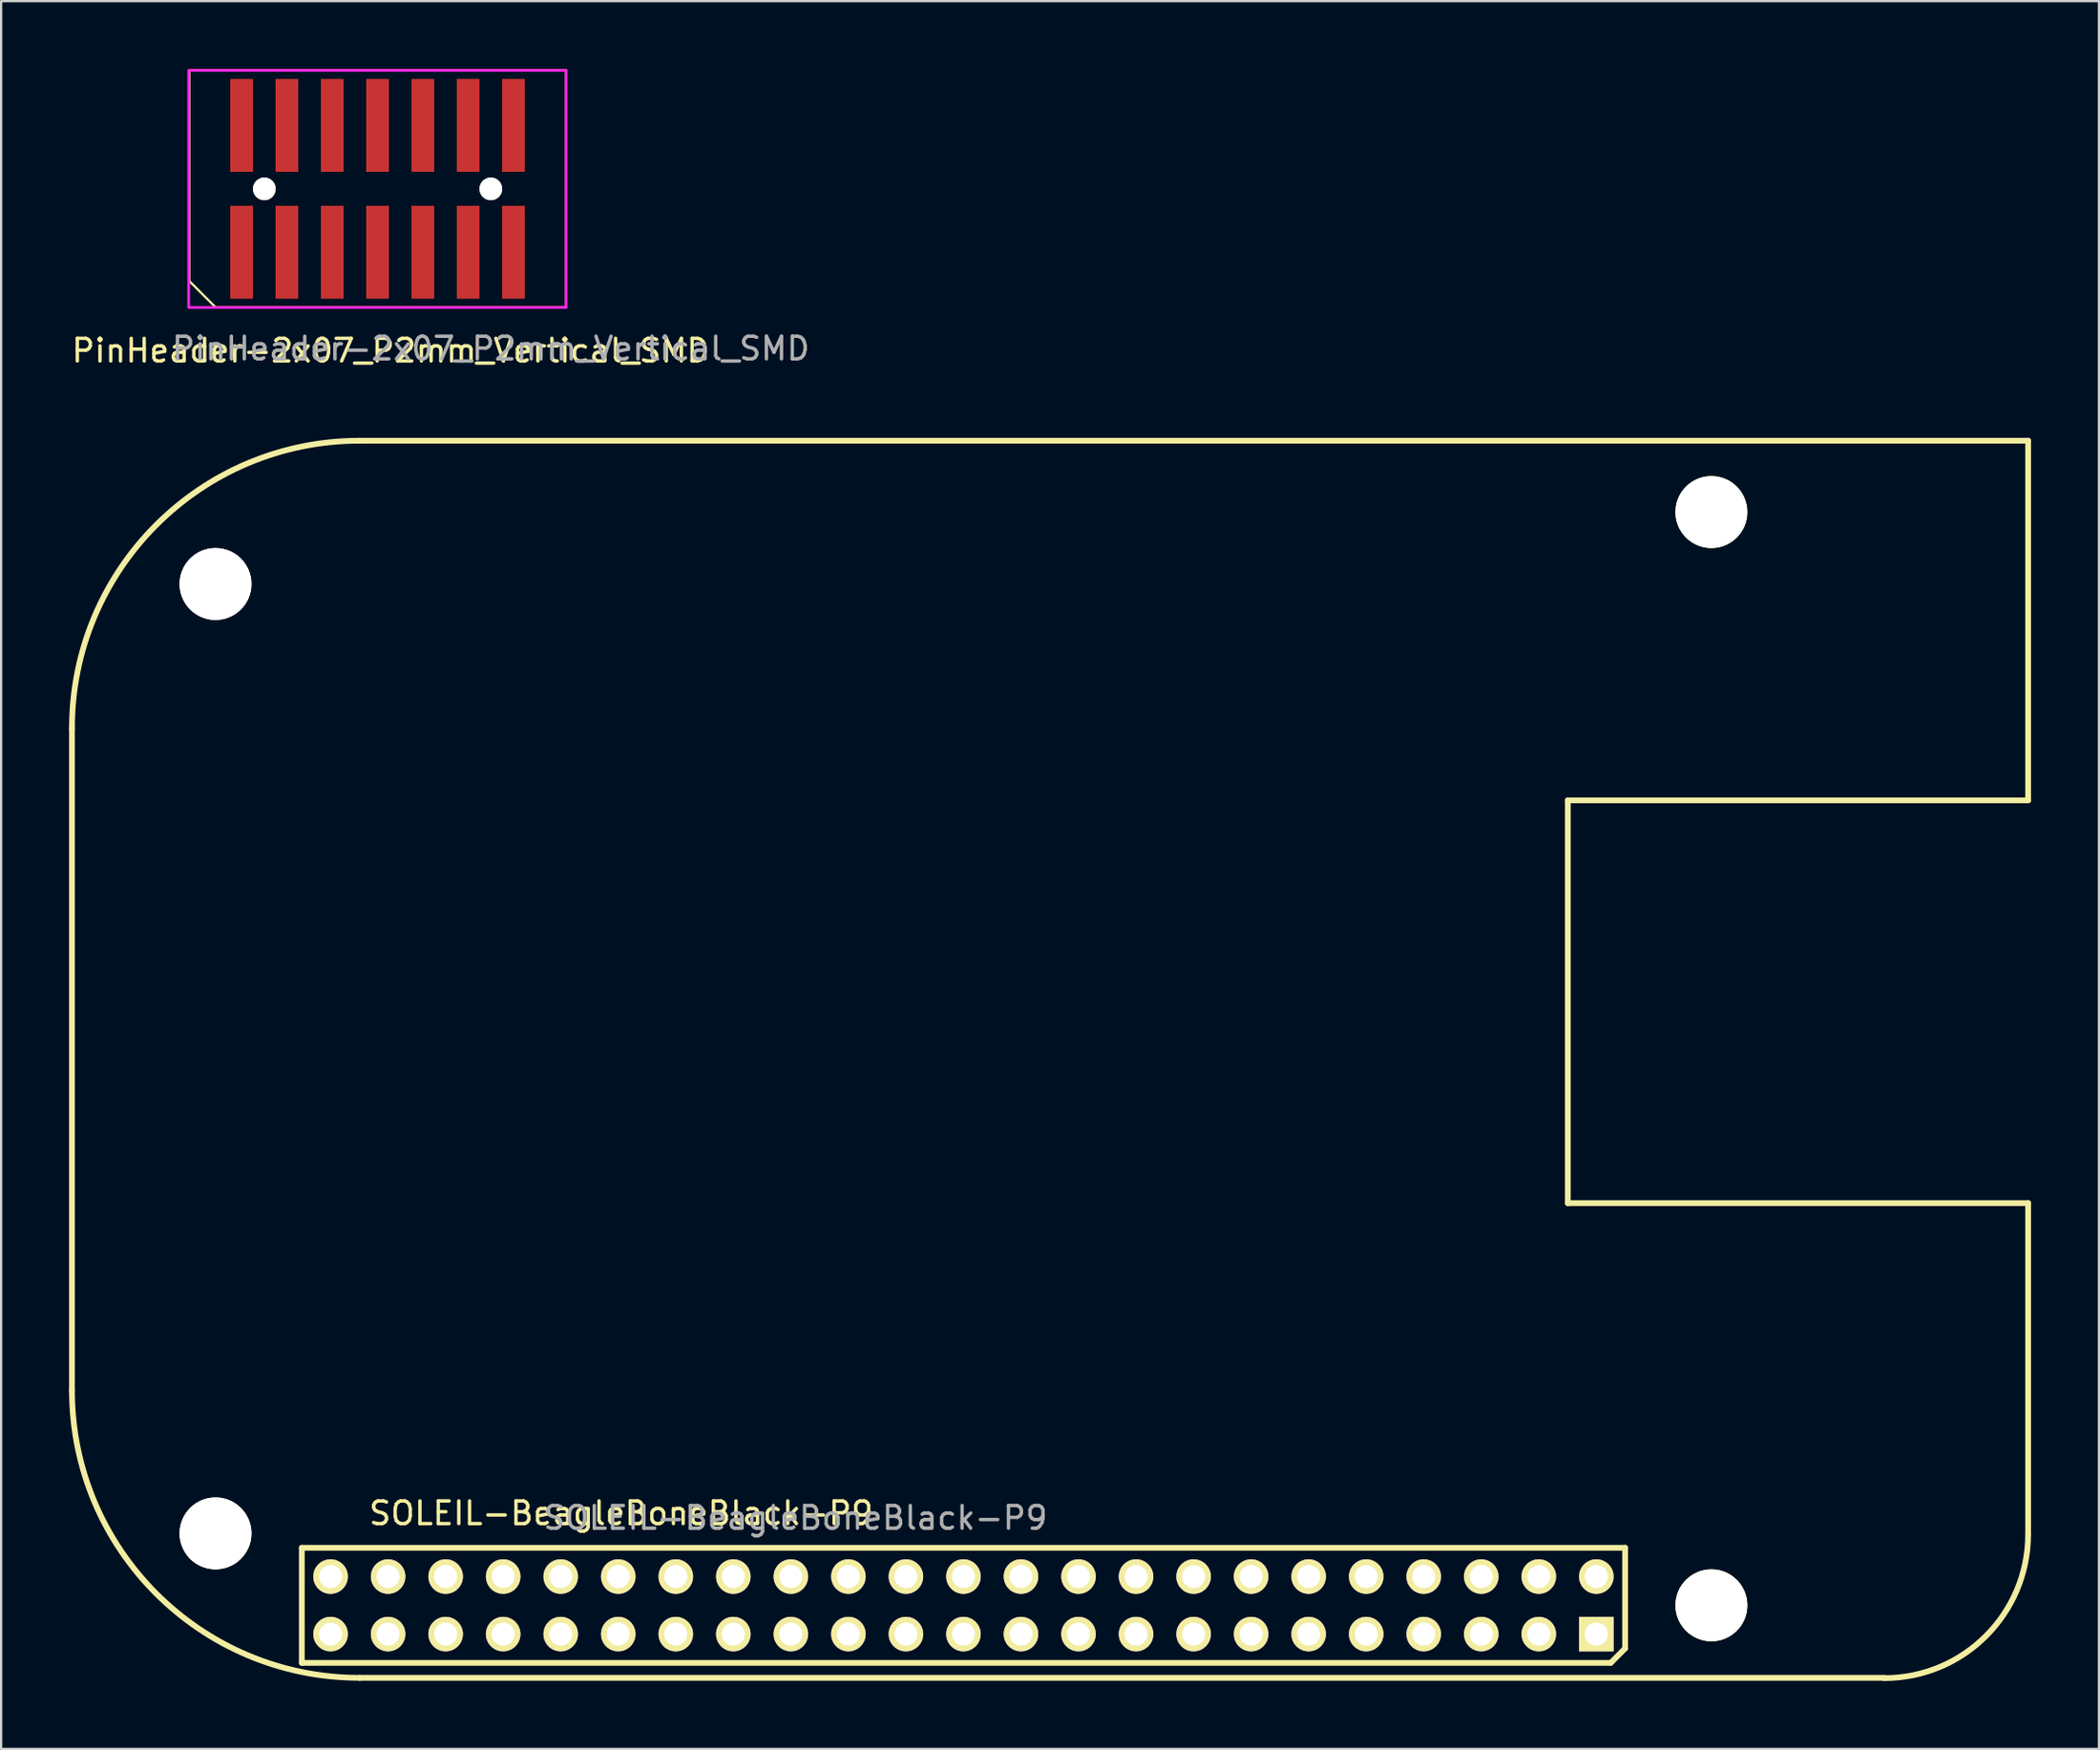
<source format=kicad_pcb>
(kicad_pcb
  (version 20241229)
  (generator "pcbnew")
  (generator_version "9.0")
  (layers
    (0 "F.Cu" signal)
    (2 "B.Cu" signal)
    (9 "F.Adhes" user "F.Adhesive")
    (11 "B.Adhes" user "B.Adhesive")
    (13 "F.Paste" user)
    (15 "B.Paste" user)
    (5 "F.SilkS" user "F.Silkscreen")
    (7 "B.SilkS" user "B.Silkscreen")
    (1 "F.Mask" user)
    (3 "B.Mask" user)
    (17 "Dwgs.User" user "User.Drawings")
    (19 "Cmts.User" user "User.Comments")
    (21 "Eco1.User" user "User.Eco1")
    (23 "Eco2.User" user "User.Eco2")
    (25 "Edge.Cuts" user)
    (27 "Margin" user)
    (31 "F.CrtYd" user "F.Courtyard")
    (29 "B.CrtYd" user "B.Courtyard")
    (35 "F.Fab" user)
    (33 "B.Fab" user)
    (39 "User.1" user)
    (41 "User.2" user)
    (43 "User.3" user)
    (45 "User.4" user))
  (footprint "SOLEIL-BeagleBoneBlack-P9"
    (layer "F.Cu")
    (at 67.424 69.085)
    (property "Reference" "SOLEIL-BeagleBoneBlack-P9" (at -43.053 -5.334 0) (layer "F.SilkS") (effects (font (size 1 1) (thickness 0.15))))
    (attr smd)
    (fp_line (start -67.297 -39.98) (end -67.297 -10.77) (stroke (width 0.254) (type solid)) (layer "F.SilkS"))
    (fp_line (start -57.15 -3.81) (end -57.15 1.27) (stroke (width 0.254) (type solid)) (layer "F.SilkS"))
    (fp_line (start -57.15 1.27) (end 0.635 1.27) (stroke (width 0.254) (type solid)) (layer "F.SilkS"))
    (fp_line (start -1.257 -19.025) (end -1.257 -36.805) (stroke (width 0.254) (type solid)) (layer "F.SilkS"))
    (fp_line (start 0.635 1.27) (end 1.27 0.635) (stroke (width 0.254) (type solid)) (layer "F.SilkS"))
    (fp_line (start 1.27 -3.81) (end -57.15 -3.81) (stroke (width 0.254) (type solid)) (layer "F.SilkS"))
    (fp_line (start 1.27 0.635) (end 1.27 -3.81) (stroke (width 0.254) (type solid)) (layer "F.SilkS"))
    (fp_line (start 12.713 1.93) (end -54.597 1.93) (stroke (width 0.254) (type solid)) (layer "F.SilkS"))
    (fp_line (start 19.063 -52.68) (end -54.597 -52.68) (stroke (width 0.254) (type solid)) (layer "F.SilkS"))
    (fp_line (start 19.063 -36.805) (end -1.257 -36.805) (stroke (width 0.254) (type solid)) (layer "F.SilkS"))
    (fp_line (start 19.063 -36.805) (end 19.063 -52.68) (stroke (width 0.254) (type solid)) (layer "F.SilkS"))
    (fp_line (start 19.063 -19.025) (end -1.257 -19.025) (stroke (width 0.254) (type solid)) (layer "F.SilkS"))
    (fp_line (start 19.063 -4.42) (end 19.063 -19.025) (stroke (width 0.254) (type solid)) (layer "F.SilkS"))
    (fp_arc (start -67.2973 -39.9796) (mid -63.577556 -48.959856) (end -54.5973 -52.6796) (stroke (width 0.254) (type solid)) (layer "F.SilkS"))
    (fp_arc (start -54.5973 1.9304) (mid -63.577556 -1.789344) (end -67.2973 -10.7696) (stroke (width 0.254) (type solid)) (layer "F.SilkS"))
    (fp_arc (start 19.0627 -4.4073) (mid 17.202828 0.082828) (end 12.7127 1.9427) (stroke (width 0.254) (type solid)) (layer "F.SilkS"))
    (fp_text user "${REFERENCE}" (at -35.357 -5.131 0) (layer "F.Fab") (effects (font (size 1 1) (thickness 0.15))))
    (pad "" np_thru_hole circle (at -60.96 -46.355 180) (size 3.175 3.175) (drill 3.175) (layers "*.Cu" "*.Mask" "F.SilkS"))
    (pad "" np_thru_hole circle (at -60.96 -4.445 180) (size 3.175 3.175) (drill 3.175) (layers "*.Cu" "*.Mask" "F.SilkS"))
    (pad "" np_thru_hole circle (at 5.08 -49.53 180) (size 3.175 3.175) (drill 3.175) (layers "*.Cu" "*.Mask" "F.SilkS"))
    (pad "" np_thru_hole circle (at 5.08 -1.27 180) (size 3.175 3.175) (drill 3.175) (layers "*.Cu" "*.Mask" "F.SilkS"))
    (pad "1" thru_hole rect (at 0 0 180) (size 1.524 1.524) (drill 1.016) (layers "*.Cu" "*.Mask" "F.SilkS"))
    (pad "2" thru_hole circle (at 0 -2.54 180) (size 1.524 1.524) (drill 1.016) (layers "*.Cu" "*.Mask" "F.SilkS"))
    (pad "3" thru_hole circle (at -2.54 0 180) (size 1.524 1.524) (drill 1.016) (layers "*.Cu" "*.Mask" "F.SilkS"))
    (pad "4" thru_hole circle (at -2.54 -2.54 180) (size 1.524 1.524) (drill 1.016) (layers "*.Cu" "*.Mask" "F.SilkS"))
    (pad "5" thru_hole circle (at -5.08 0 180) (size 1.524 1.524) (drill 1.016) (layers "*.Cu" "*.Mask" "F.SilkS"))
    (pad "6" thru_hole circle (at -5.08 -2.54 180) (size 1.524 1.524) (drill 1.016) (layers "*.Cu" "*.Mask" "F.SilkS"))
    (pad "7" thru_hole circle (at -7.62 0 180) (size 1.524 1.524) (drill 1.016) (layers "*.Cu" "*.Mask" "F.SilkS"))
    (pad "8" thru_hole circle (at -7.62 -2.54 180) (size 1.524 1.524) (drill 1.016) (layers "*.Cu" "*.Mask" "F.SilkS"))
    (pad "9" thru_hole circle (at -10.16 0 180) (size 1.524 1.524) (drill 1.016) (layers "*.Cu" "*.Mask" "F.SilkS"))
    (pad "10" thru_hole circle (at -10.16 -2.54 180) (size 1.524 1.524) (drill 1.016) (layers "*.Cu" "*.Mask" "F.SilkS"))
    (pad "11" thru_hole circle (at -12.7 0 180) (size 1.524 1.524) (drill 1.016) (layers "*.Cu" "*.Mask" "F.SilkS"))
    (pad "12" thru_hole circle (at -12.7 -2.54 180) (size 1.524 1.524) (drill 1.016) (layers "*.Cu" "*.Mask" "F.SilkS"))
    (pad "13" thru_hole circle (at -15.24 0 180) (size 1.524 1.524) (drill 1.016) (layers "*.Cu" "*.Mask" "F.SilkS"))
    (pad "14" thru_hole circle (at -15.24 -2.54 180) (size 1.524 1.524) (drill 1.016) (layers "*.Cu" "*.Mask" "F.SilkS"))
    (pad "15" thru_hole circle (at -17.78 0 180) (size 1.524 1.524) (drill 1.016) (layers "*.Cu" "*.Mask" "F.SilkS"))
    (pad "16" thru_hole circle (at -17.78 -2.54 180) (size 1.524 1.524) (drill 1.016) (layers "*.Cu" "*.Mask" "F.SilkS"))
    (pad "17" thru_hole circle (at -20.32 0 180) (size 1.524 1.524) (drill 1.016) (layers "*.Cu" "*.Mask" "F.SilkS"))
    (pad "18" thru_hole circle (at -20.32 -2.54 180) (size 1.524 1.524) (drill 1.016) (layers "*.Cu" "*.Mask" "F.SilkS"))
    (pad "19" thru_hole circle (at -22.86 0 180) (size 1.524 1.524) (drill 1.016) (layers "*.Cu" "*.Mask" "F.SilkS"))
    (pad "20" thru_hole circle (at -22.86 -2.54 180) (size 1.524 1.524) (drill 1.016) (layers "*.Cu" "*.Mask" "F.SilkS"))
    (pad "21" thru_hole circle (at -25.4 0 180) (size 1.524 1.524) (drill 1.016) (layers "*.Cu" "*.Mask" "F.SilkS"))
    (pad "22" thru_hole circle (at -25.4 -2.54 180) (size 1.524 1.524) (drill 1.016) (layers "*.Cu" "*.Mask" "F.SilkS"))
    (pad "23" thru_hole circle (at -27.94 0 180) (size 1.524 1.524) (drill 1.016) (layers "*.Cu" "*.Mask" "F.SilkS"))
    (pad "24" thru_hole circle (at -27.94 -2.54 180) (size 1.524 1.524) (drill 1.016) (layers "*.Cu" "*.Mask" "F.SilkS"))
    (pad "25" thru_hole circle (at -30.48 0 180) (size 1.524 1.524) (drill 1.016) (layers "*.Cu" "*.Mask" "F.SilkS"))
    (pad "26" thru_hole circle (at -30.48 -2.54 180) (size 1.524 1.524) (drill 1.016) (layers "*.Cu" "*.Mask" "F.SilkS"))
    (pad "27" thru_hole circle (at -33.02 0 180) (size 1.524 1.524) (drill 1.016) (layers "*.Cu" "*.Mask" "F.SilkS"))
    (pad "28" thru_hole circle (at -33.02 -2.54 180) (size 1.524 1.524) (drill 1.016) (layers "*.Cu" "*.Mask" "F.SilkS"))
    (pad "29" thru_hole circle (at -35.56 0 180) (size 1.524 1.524) (drill 1.016) (layers "*.Cu" "*.Mask" "F.SilkS"))
    (pad "30" thru_hole circle (at -35.56 -2.54 180) (size 1.524 1.524) (drill 1.016) (layers "*.Cu" "*.Mask" "F.SilkS"))
    (pad "31" thru_hole circle (at -38.1 0 180) (size 1.524 1.524) (drill 1.016) (layers "*.Cu" "*.Mask" "F.SilkS"))
    (pad "32" thru_hole circle (at -38.1 -2.54 180) (size 1.524 1.524) (drill 1.016) (layers "*.Cu" "*.Mask" "F.SilkS"))
    (pad "33" thru_hole circle (at -40.64 0 180) (size 1.524 1.524) (drill 1.016) (layers "*.Cu" "*.Mask" "F.SilkS"))
    (pad "34" thru_hole circle (at -40.64 -2.54 180) (size 1.524 1.524) (drill 1.016) (layers "*.Cu" "*.Mask" "F.SilkS"))
    (pad "35" thru_hole circle (at -43.18 0 180) (size 1.524 1.524) (drill 1.016) (layers "*.Cu" "*.Mask" "F.SilkS"))
    (pad "36" thru_hole circle (at -43.18 -2.54 180) (size 1.524 1.524) (drill 1.016) (layers "*.Cu" "*.Mask" "F.SilkS"))
    (pad "37" thru_hole circle (at -45.72 0 180) (size 1.524 1.524) (drill 1.016) (layers "*.Cu" "*.Mask" "F.SilkS"))
    (pad "38" thru_hole circle (at -45.72 -2.54 180) (size 1.524 1.524) (drill 1.016) (layers "*.Cu" "*.Mask" "F.SilkS"))
    (pad "39" thru_hole circle (at -48.26 0 180) (size 1.524 1.524) (drill 1.016) (layers "*.Cu" "*.Mask" "F.SilkS"))
    (pad "40" thru_hole circle (at -48.26 -2.54 180) (size 1.524 1.524) (drill 1.016) (layers "*.Cu" "*.Mask" "F.SilkS"))
    (pad "41" thru_hole circle (at -50.8 0 180) (size 1.524 1.524) (drill 1.016) (layers "*.Cu" "*.Mask" "F.SilkS"))
    (pad "42" thru_hole circle (at -50.8 -2.54 180) (size 1.524 1.524) (drill 1.016) (layers "*.Cu" "*.Mask" "F.SilkS"))
    (pad "43" thru_hole circle (at -53.34 0 180) (size 1.524 1.524) (drill 1.016) (layers "*.Cu" "*.Mask" "F.SilkS"))
    (pad "44" thru_hole circle (at -53.34 -2.54 180) (size 1.524 1.524) (drill 1.016) (layers "*.Cu" "*.Mask" "F.SilkS"))
    (pad "45" thru_hole circle (at -55.88 0 180) (size 1.524 1.524) (drill 1.016) (layers "*.Cu" "*.Mask" "F.SilkS"))
    (pad "46" thru_hole circle (at -55.88 -2.54 180) (size 1.524 1.524) (drill 1.016) (layers "*.Cu" "*.Mask" "F.SilkS")))
  (footprint "PinHeader-2x07_P2mm_Vertical_SMD"
    (layer "F.Cu")
    (at 7.618 8.086)
    (property "Reference" "PinHeader-2x07_P2mm_Vertical_SMD" (at 6.579 4.343 0) (layer "F.SilkS") (effects (font (size 1 1) (thickness 0.15))))
    (attr smd)
    (fp_line (start -2.311 -8.026) (end 14.326 -8.026) (stroke (width 0.1) (type solid)) (layer "F.SilkS"))
    (fp_line (start -2.311 1.27) (end -2.311 -8.026) (stroke (width 0.1) (type solid)) (layer "F.SilkS"))
    (fp_line (start -1.168 2.413) (end -2.311 1.27) (stroke (width 0.1) (type solid)) (layer "F.SilkS"))
    (fp_line (start -1.143 2.438) (end 14.326 2.438) (stroke (width 0.1) (type solid)) (layer "F.SilkS"))
    (fp_line (start 14.326 2.438) (end 14.326 -8.026) (stroke (width 0.1) (type solid)) (layer "F.SilkS"))
    (fp_rect (start -2.337 -8.026) (end 14.326 2.438) (stroke (width 0.12) (type solid)) (fill no) (layer "F.CrtYd"))
    (fp_text user "${REFERENCE}" (at 11 4.25 0) (layer "F.Fab") (effects (font (size 1 1) (thickness 0.15))))
    (pad "" np_thru_hole circle (at 1.001 -2.799) (size 1.001 1.001) (drill 1.001) (layers "*.Cu" "*.Mask" "F.SilkS"))
    (pad "" np_thru_hole circle (at 11.001 -2.799) (size 1.001 1.001) (drill 1.001) (layers "*.Cu" "*.Mask" "F.SilkS"))
    (pad "1" smd rect (at 0 0) (size 1.001 4.1) (layers "F.Cu" "F.Mask" "F.Paste"))
    (pad "2" smd rect (at 0 -5.601) (size 1.001 4.1) (layers "F.Cu" "F.Mask" "F.Paste"))
    (pad "3" smd rect (at 1.999 0) (size 1.001 4.1) (layers "F.Cu" "F.Mask" "F.Paste"))
    (pad "4" smd rect (at 1.999 -5.601) (size 1.001 4.1) (layers "F.Cu" "F.Mask" "F.Paste"))
    (pad "5" smd rect (at 4 0) (size 1.001 4.1) (layers "F.Cu" "F.Mask" "F.Paste"))
    (pad "6" smd rect (at 4 -5.601) (size 1.001 4.1) (layers "F.Cu" "F.Mask" "F.Paste"))
    (pad "7" smd rect (at 5.999 0) (size 1.001 4.1) (layers "F.Cu" "F.Mask" "F.Paste"))
    (pad "8" smd rect (at 5.999 -5.601) (size 1.001 4.1) (layers "F.Cu" "F.Mask" "F.Paste"))
    (pad "9" smd rect (at 8.001 0) (size 1.001 4.1) (layers "F.Cu" "F.Mask" "F.Paste"))
    (pad "10" smd rect (at 8.001 -5.601) (size 1.001 4.1) (layers "F.Cu" "F.Mask" "F.Paste"))
    (pad "11" smd rect (at 10 0) (size 1.001 4.1) (layers "F.Cu" "F.Mask" "F.Paste"))
    (pad "12" smd rect (at 10 -5.601) (size 1.001 4.1) (layers "F.Cu" "F.Mask" "F.Paste"))
    (pad "13" smd rect (at 11.999 0) (size 1.001 4.1) (layers "F.Cu" "F.Mask" "F.Paste"))
    (pad "14" smd rect (at 11.999 -5.601) (size 1.001 4.1) (layers "F.Cu" "F.Mask" "F.Paste")))
  (gr_rect
    (start -3 -3)
    (end 89.614 74.154)
    (stroke (width 0.1) (type default))
    (fill no)
    (layer "Edge.Cuts")))
</source>
